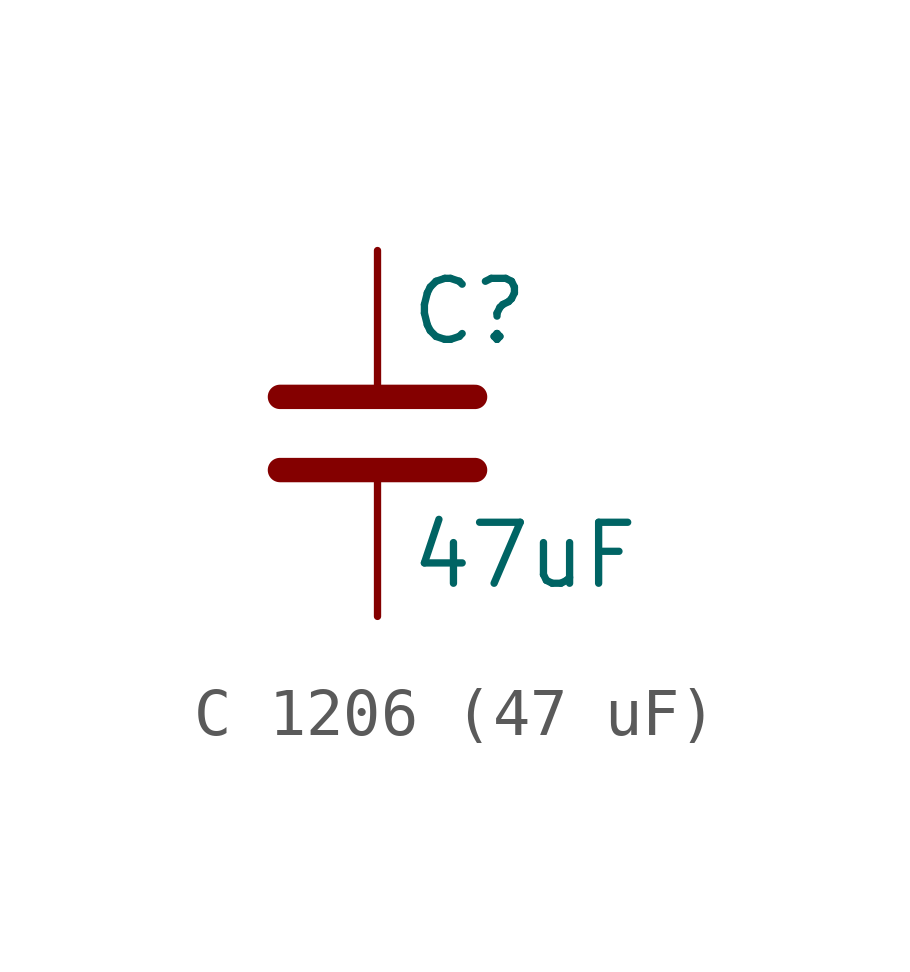
<source format=kicad_sym>
(kicad_symbol_lib
  (version 20231120)
  (generator "kicad_symbol_editor")
  (generator_version "8.0")
  (symbol "C 1206 (47 uF)"
    (pin_numbers hide)
    (pin_names
      (offset 0.254))
    (property "Reference" "C"
      (at 0.635 2.54 0)
      (effects (font (size 1.27 1.27)) (justify left)))
    (property "Value" "47uF"
      (at 0.635 -2.54 0)
      (effects (font (size 1.27 1.27)) (justify left)))
    (symbol "C 1206 (47 uF)_0_1"
      (polyline (pts (xy -2.032 -0.762) (xy 2.032 -0.762)) (stroke (width 0.508) (type default)) (fill (type none)))
      (polyline (pts (xy -2.032 0.762) (xy 2.032 0.762)) (stroke (width 0.508) (type default)) (fill (type none))))
    (symbol "C 1206 (47 uF)_1_1"
      (pin passive line (at 0 3.81 270) (length 2.794) (name "~" (effects (font (size 1.27 1.27)))) (number "1" (effects (font (size 1.27 1.27)))))
      (pin passive line (at 0 -3.81 90) (length 2.794) (name "~" (effects (font (size 1.27 1.27)))) (number "2" (effects (font (size 1.27 1.27))))))))
</source>
